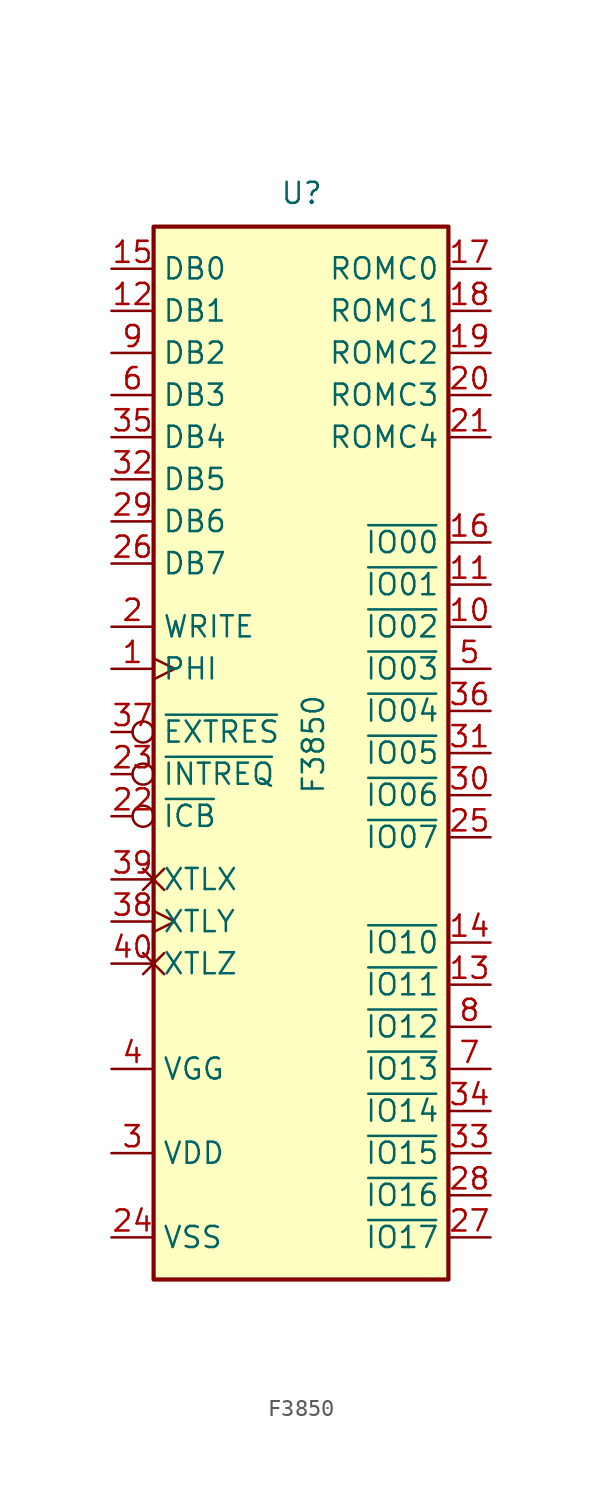
<source format=kicad_sym>
(kicad_symbol_lib
  (version 20220914)
  (generator kicad_symbol_editor)
  (symbol "F3850"
    (property "Reference" "U"
      (at -1.27 31.75 0)
      (effects (font (size 1.27 1.27)) (justify left bottom)))
    (property "Value" "F3850"
      (at 0 -3.81 90)
      (effects (font (size 1.27 1.27)) (justify left top)))
    (symbol "F3850_0_0"
      (pin bidirectional line (at 11.43 -6.35 180) (length 2.54) (name "~{IO07}" (effects (font (size 1.27 1.27)))) (number "25" (effects (font (size 1.27 1.27)))))
      (pin input inverted (at -11.43 0 0) (length 2.54) (name "~{EXTRES}" (effects (font (size 1.27 1.27)))) (number "37" (effects (font (size 1.27 1.27)))))
      (pin input clock (at -11.43 -11.43 0) (length 2.54) (name "XTLY" (effects (font (size 1.27 1.27)))) (number "38" (effects (font (size 1.27 1.27))))))
    (symbol "F3850_0_1"
      (rectangle (start -8.89 30.48) (end 8.89 -33.02) (stroke (width 0.254) (type default)) (fill (type background))))
    (symbol "F3850_1_1"
      (pin output clock (at -11.43 3.81 0) (length 2.54) (name "PHI" (effects (font (size 1.27 1.27)))) (number "1" (effects (font (size 1.27 1.27)))))
      (pin bidirectional line (at 11.43 6.35 180) (length 2.54) (name "~{IO02}" (effects (font (size 1.27 1.27)))) (number "10" (effects (font (size 1.27 1.27)))))
      (pin bidirectional line (at 11.43 8.89 180) (length 2.54) (name "~{IO01}" (effects (font (size 1.27 1.27)))) (number "11" (effects (font (size 1.27 1.27)))))
      (pin bidirectional line (at -11.43 25.4 0) (length 2.54) (name "DB1" (effects (font (size 1.27 1.27)))) (number "12" (effects (font (size 1.27 1.27)))))
      (pin bidirectional line (at 11.43 -15.24 180) (length 2.54) (name "~{IO11}" (effects (font (size 1.27 1.27)))) (number "13" (effects (font (size 1.27 1.27)))))
      (pin bidirectional line (at 11.43 -12.7 180) (length 2.54) (name "~{IO10}" (effects (font (size 1.27 1.27)))) (number "14" (effects (font (size 1.27 1.27)))))
      (pin bidirectional line (at -11.43 27.94 0) (length 2.54) (name "DB0" (effects (font (size 1.27 1.27)))) (number "15" (effects (font (size 1.27 1.27)))))
      (pin bidirectional line (at 11.43 11.43 180) (length 2.54) (name "~{IO00}" (effects (font (size 1.27 1.27)))) (number "16" (effects (font (size 1.27 1.27)))))
      (pin output line (at 11.43 27.94 180) (length 2.54) (name "ROMC0" (effects (font (size 1.27 1.27)))) (number "17" (effects (font (size 1.27 1.27)))))
      (pin output line (at 11.43 25.4 180) (length 2.54) (name "ROMC1" (effects (font (size 1.27 1.27)))) (number "18" (effects (font (size 1.27 1.27)))))
      (pin output line (at 11.43 22.86 180) (length 2.54) (name "ROMC2" (effects (font (size 1.27 1.27)))) (number "19" (effects (font (size 1.27 1.27)))))
      (pin output line (at -11.43 6.35 0) (length 2.54) (name "WRITE" (effects (font (size 1.27 1.27)))) (number "2" (effects (font (size 1.27 1.27)))))
      (pin output line (at 11.43 20.32 180) (length 2.54) (name "ROMC3" (effects (font (size 1.27 1.27)))) (number "20" (effects (font (size 1.27 1.27)))))
      (pin output line (at 11.43 17.78 180) (length 2.54) (name "ROMC4" (effects (font (size 1.27 1.27)))) (number "21" (effects (font (size 1.27 1.27)))))
      (pin output inverted (at -11.43 -5.08 0) (length 2.54) (name "~{ICB}" (effects (font (size 1.27 1.27)))) (number "22" (effects (font (size 1.27 1.27)))))
      (pin input inverted (at -11.43 -2.54 0) (length 2.54) (name "~{INTREQ}" (effects (font (size 1.27 1.27)))) (number "23" (effects (font (size 1.27 1.27)))))
      (pin power_in line (at -11.43 -30.48 0) (length 2.54) (name "VSS" (effects (font (size 1.27 1.27)))) (number "24" (effects (font (size 1.27 1.27)))))
      (pin bidirectional line (at -11.43 10.16 0) (length 2.54) (name "DB7" (effects (font (size 1.27 1.27)))) (number "26" (effects (font (size 1.27 1.27)))))
      (pin bidirectional line (at 11.43 -30.48 180) (length 2.54) (name "~{IO17}" (effects (font (size 1.27 1.27)))) (number "27" (effects (font (size 1.27 1.27)))))
      (pin bidirectional line (at 11.43 -27.94 180) (length 2.54) (name "~{IO16}" (effects (font (size 1.27 1.27)))) (number "28" (effects (font (size 1.27 1.27)))))
      (pin bidirectional line (at -11.43 12.7 0) (length 2.54) (name "DB6" (effects (font (size 1.27 1.27)))) (number "29" (effects (font (size 1.27 1.27)))))
      (pin power_in line (at -11.43 -25.4 0) (length 2.54) (name "VDD" (effects (font (size 1.27 1.27)))) (number "3" (effects (font (size 1.27 1.27)))))
      (pin bidirectional line (at 11.43 -3.81 180) (length 2.54) (name "~{IO06}" (effects (font (size 1.27 1.27)))) (number "30" (effects (font (size 1.27 1.27)))))
      (pin bidirectional line (at 11.43 -1.27 180) (length 2.54) (name "~{IO05}" (effects (font (size 1.27 1.27)))) (number "31" (effects (font (size 1.27 1.27)))))
      (pin bidirectional line (at -11.43 15.24 0) (length 2.54) (name "DB5" (effects (font (size 1.27 1.27)))) (number "32" (effects (font (size 1.27 1.27)))))
      (pin bidirectional line (at 11.43 -25.4 180) (length 2.54) (name "~{IO15}" (effects (font (size 1.27 1.27)))) (number "33" (effects (font (size 1.27 1.27)))))
      (pin bidirectional line (at 11.43 -22.86 180) (length 2.54) (name "~{IO14}" (effects (font (size 1.27 1.27)))) (number "34" (effects (font (size 1.27 1.27)))))
      (pin bidirectional line (at -11.43 17.78 0) (length 2.54) (name "DB4" (effects (font (size 1.27 1.27)))) (number "35" (effects (font (size 1.27 1.27)))))
      (pin bidirectional line (at 11.43 1.27 180) (length 2.54) (name "~{IO04}" (effects (font (size 1.27 1.27)))) (number "36" (effects (font (size 1.27 1.27)))))
      (pin input non_logic (at -11.43 -8.89 0) (length 2.54) (name "XTLX" (effects (font (size 1.27 1.27)))) (number "39" (effects (font (size 1.27 1.27)))))
      (pin power_in line (at -11.43 -20.32 0) (length 2.54) (name "VGG" (effects (font (size 1.27 1.27)))) (number "4" (effects (font (size 1.27 1.27)))))
      (pin input non_logic (at -11.43 -13.97 0) (length 2.54) (name "XTLZ" (effects (font (size 1.27 1.27)))) (number "40" (effects (font (size 1.27 1.27)))))
      (pin bidirectional line (at 11.43 3.81 180) (length 2.54) (name "~{IO03}" (effects (font (size 1.27 1.27)))) (number "5" (effects (font (size 1.27 1.27)))))
      (pin bidirectional line (at -11.43 20.32 0) (length 2.54) (name "DB3" (effects (font (size 1.27 1.27)))) (number "6" (effects (font (size 1.27 1.27)))))
      (pin bidirectional line (at 11.43 -20.32 180) (length 2.54) (name "~{IO13}" (effects (font (size 1.27 1.27)))) (number "7" (effects (font (size 1.27 1.27)))))
      (pin bidirectional line (at 11.43 -17.78 180) (length 2.54) (name "~{IO12}" (effects (font (size 1.27 1.27)))) (number "8" (effects (font (size 1.27 1.27)))))
      (pin bidirectional line (at -11.43 22.86 0) (length 2.54) (name "DB2" (effects (font (size 1.27 1.27)))) (number "9" (effects (font (size 1.27 1.27))))))))
</source>
